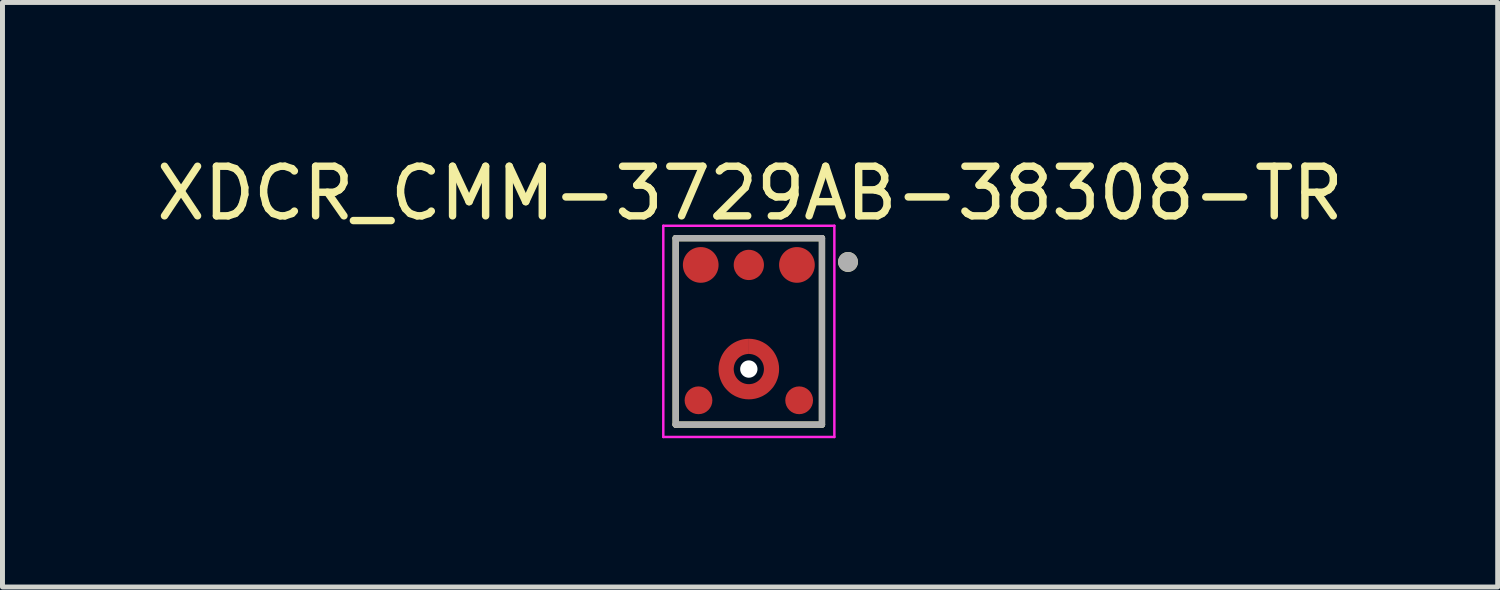
<source format=kicad_pcb>
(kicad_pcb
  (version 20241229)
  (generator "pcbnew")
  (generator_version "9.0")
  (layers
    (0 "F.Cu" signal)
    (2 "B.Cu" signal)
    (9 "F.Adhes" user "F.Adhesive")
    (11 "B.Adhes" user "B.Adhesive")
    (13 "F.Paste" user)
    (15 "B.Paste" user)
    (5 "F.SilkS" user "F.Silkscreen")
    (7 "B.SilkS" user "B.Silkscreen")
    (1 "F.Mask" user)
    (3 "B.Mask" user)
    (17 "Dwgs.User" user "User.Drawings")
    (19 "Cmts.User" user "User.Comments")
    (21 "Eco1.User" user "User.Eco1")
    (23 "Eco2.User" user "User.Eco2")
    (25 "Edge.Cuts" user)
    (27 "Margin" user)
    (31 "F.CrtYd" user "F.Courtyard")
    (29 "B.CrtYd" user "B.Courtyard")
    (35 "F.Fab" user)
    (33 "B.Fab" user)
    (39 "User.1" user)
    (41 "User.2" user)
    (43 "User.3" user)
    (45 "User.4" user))
  (footprint "XDCR_CMM-3729AB-38308-TR"
    (layer "F.Cu")
    (at 12.052 3.633)
    (property "Reference" "XDCR_CMM-3729AB-38308-TR" (at 0.025 -2.785 0) (layer "F.SilkS") (effects (font (size 1 1) (thickness 0.15))))
    (attr smd)
    (fp_circle (center 0 0.76) (end 0.458 0.76) (stroke (width 0.4) (type solid)) (fill no) (layer "F.Mask"))
    (fp_line (start -1.475 -1.88) (end 1.475 -1.88) (stroke (width 0.127) (type solid)) (layer "F.SilkS"))
    (fp_line (start -1.475 1.88) (end -1.475 -1.88) (stroke (width 0.127) (type solid)) (layer "F.SilkS"))
    (fp_line (start 1.475 -1.88) (end 1.475 1.88) (stroke (width 0.127) (type solid)) (layer "F.SilkS"))
    (fp_line (start 1.475 1.88) (end -1.475 1.88) (stroke (width 0.127) (type solid)) (layer "F.SilkS"))
    (fp_circle (center 2 -1.4) (end 2.1 -1.4) (stroke (width 0.2) (type solid)) (fill no) (layer "F.SilkS"))
    (fp_poly (pts (xy -0.481 1.134) (xy -0.262 0.916) (xy -0.266 0.908) (xy -0.271 0.899) (xy -0.277 0.889) (xy -0.281 0.879) (xy -0.286 0.869) (xy -0.29 0.859) (xy -0.293 0.849) (xy -0.296 0.838) (xy -0.299 0.828) (xy -0.301 0.817) (xy -0.303 0.806) (xy -0.305 0.795) (xy -0.306 0.784) (xy -0.307 0.773) (xy -0.307 0.763) (xy -0.307 0.752) (xy -0.306 0.741) (xy -0.305 0.73) (xy -0.304 0.719) (xy -0.302 0.708) (xy -0.3 0.697) (xy -0.298 0.687) (xy -0.295 0.676) (xy -0.291 0.666) (xy -0.287 0.655) (xy -0.283 0.645) (xy -0.279 0.635) (xy -0.274 0.626) (xy -0.269 0.616) (xy -0.262 0.604) (xy -0.481 0.386) (xy -0.499 0.411) (xy -0.514 0.433) (xy -0.527 0.456) (xy -0.54 0.479) (xy -0.552 0.503) (xy -0.562 0.528) (xy -0.572 0.552) (xy -0.58 0.577) (xy -0.587 0.603) (xy -0.593 0.629) (xy -0.599 0.655) (xy -0.603 0.681) (xy -0.605 0.707) (xy -0.607 0.734) (xy -0.608 0.76) (xy -0.607 0.786) (xy -0.605 0.813) (xy -0.603 0.839) (xy -0.599 0.865) (xy -0.593 0.891) (xy -0.587 0.917) (xy -0.58 0.943) (xy -0.572 0.968) (xy -0.562 0.992) (xy -0.552 1.017) (xy -0.54 1.041) (xy -0.527 1.064) (xy -0.514 1.087) (xy -0.499 1.109) (xy -0.481 1.134) (xy -0.481 1.134)) (stroke (width 0.001) (type solid)) (fill yes) (layer "F.Paste"))
    (fp_poly (pts (xy -0.374 0.279) (xy -0.156 0.498) (xy -0.148 0.494) (xy -0.139 0.489) (xy -0.129 0.483) (xy -0.119 0.479) (xy -0.109 0.474) (xy -0.099 0.47) (xy -0.089 0.467) (xy -0.078 0.464) (xy -0.068 0.461) (xy -0.057 0.459) (xy -0.046 0.457) (xy -0.035 0.455) (xy -0.024 0.454) (xy -0.013 0.453) (xy -0.003 0.453) (xy 0.008 0.453) (xy 0.019 0.454) (xy 0.03 0.455) (xy 0.041 0.456) (xy 0.052 0.458) (xy 0.063 0.46) (xy 0.073 0.462) (xy 0.084 0.465) (xy 0.094 0.469) (xy 0.105 0.473) (xy 0.115 0.477) (xy 0.125 0.481) (xy 0.134 0.486) (xy 0.144 0.491) (xy 0.156 0.498) (xy 0.374 0.279) (xy 0.348 0.261) (xy 0.326 0.246) (xy 0.303 0.232) (xy 0.279 0.219) (xy 0.255 0.208) (xy 0.23 0.197) (xy 0.205 0.188) (xy 0.18 0.179) (xy 0.154 0.172) (xy 0.128 0.166) (xy 0.102 0.161) (xy 0.075 0.157) (xy 0.048 0.154) (xy 0.021 0.153) (xy -0.005 0.152) (xy -0.032 0.153) (xy -0.059 0.155) (xy -0.086 0.158) (xy -0.112 0.163) (xy -0.138 0.168) (xy -0.164 0.175) (xy -0.19 0.182) (xy -0.215 0.191) (xy -0.24 0.201) (xy -0.265 0.212) (xy -0.289 0.224) (xy -0.312 0.237) (xy -0.335 0.252) (xy -0.357 0.267) (xy -0.374 0.279) (xy -0.374 0.279)) (stroke (width 0.001) (type solid)) (fill yes) (layer "F.Paste"))
    (fp_poly (pts (xy 0.374 1.241) (xy 0.156 1.022) (xy 0.144 1.029) (xy 0.134 1.034) (xy 0.125 1.039) (xy 0.115 1.043) (xy 0.105 1.047) (xy 0.094 1.051) (xy 0.084 1.055) (xy 0.073 1.058) (xy 0.063 1.06) (xy 0.052 1.062) (xy 0.041 1.064) (xy 0.03 1.065) (xy 0.019 1.066) (xy 0.008 1.067) (xy -0.003 1.067) (xy -0.013 1.067) (xy -0.024 1.066) (xy -0.035 1.065) (xy -0.046 1.063) (xy -0.057 1.061) (xy -0.068 1.059) (xy -0.078 1.056) (xy -0.089 1.053) (xy -0.099 1.05) (xy -0.109 1.046) (xy -0.119 1.041) (xy -0.129 1.037) (xy -0.139 1.031) (xy -0.148 1.026) (xy -0.156 1.022) (xy -0.374 1.241) (xy -0.357 1.253) (xy -0.335 1.268) (xy -0.312 1.283) (xy -0.289 1.296) (xy -0.265 1.308) (xy -0.24 1.319) (xy -0.215 1.329) (xy -0.19 1.338) (xy -0.164 1.345) (xy -0.138 1.352) (xy -0.112 1.357) (xy -0.086 1.362) (xy -0.059 1.365) (xy -0.032 1.367) (xy -0.005 1.368) (xy 0.021 1.367) (xy 0.048 1.366) (xy 0.075 1.363) (xy 0.102 1.359) (xy 0.128 1.354) (xy 0.154 1.348) (xy 0.18 1.341) (xy 0.205 1.332) (xy 0.23 1.323) (xy 0.255 1.312) (xy 0.279 1.301) (xy 0.303 1.288) (xy 0.326 1.274) (xy 0.348 1.259) (xy 0.374 1.241) (xy 0.374 1.241)) (stroke (width 0.001) (type solid)) (fill yes) (layer "F.Paste"))
    (fp_poly (pts (xy 0.481 0.386) (xy 0.262 0.604) (xy 0.266 0.612) (xy 0.272 0.621) (xy 0.277 0.631) (xy 0.282 0.641) (xy 0.286 0.652) (xy 0.29 0.662) (xy 0.293 0.672) (xy 0.297 0.683) (xy 0.299 0.694) (xy 0.302 0.705) (xy 0.304 0.716) (xy 0.305 0.727) (xy 0.306 0.738) (xy 0.307 0.749) (xy 0.307 0.76) (xy 0.307 0.771) (xy 0.306 0.782) (xy 0.305 0.793) (xy 0.304 0.804) (xy 0.302 0.815) (xy 0.299 0.826) (xy 0.297 0.837) (xy 0.293 0.848) (xy 0.29 0.858) (xy 0.286 0.868) (xy 0.282 0.879) (xy 0.277 0.889) (xy 0.272 0.899) (xy 0.266 0.908) (xy 0.262 0.916) (xy 0.481 1.134) (xy 0.494 1.117) (xy 0.509 1.094) (xy 0.523 1.071) (xy 0.536 1.048) (xy 0.548 1.023) (xy 0.56 0.998) (xy 0.57 0.973) (xy 0.578 0.947) (xy 0.586 0.921) (xy 0.593 0.895) (xy 0.598 0.868) (xy 0.602 0.841) (xy 0.605 0.814) (xy 0.607 0.787) (xy 0.608 0.76) (xy 0.607 0.733) (xy 0.605 0.706) (xy 0.602 0.679) (xy 0.598 0.652) (xy 0.593 0.625) (xy 0.586 0.599) (xy 0.578 0.573) (xy 0.57 0.547) (xy 0.56 0.522) (xy 0.548 0.497) (xy 0.536 0.472) (xy 0.523 0.449) (xy 0.509 0.426) (xy 0.494 0.403) (xy 0.481 0.386) (xy 0.481 0.386)) (stroke (width 0.001) (type solid)) (fill yes) (layer "F.Paste"))
    (fp_line (start -1.725 -2.13) (end 1.725 -2.13) (stroke (width 0.05) (type solid)) (layer "F.CrtYd"))
    (fp_line (start -1.725 2.13) (end -1.725 -2.13) (stroke (width 0.05) (type solid)) (layer "F.CrtYd"))
    (fp_line (start 1.725 -2.13) (end 1.725 2.13) (stroke (width 0.05) (type solid)) (layer "F.CrtYd"))
    (fp_line (start 1.725 2.13) (end -1.725 2.13) (stroke (width 0.05) (type solid)) (layer "F.CrtYd"))
    (fp_line (start -1.475 -1.88) (end 1.475 -1.88) (stroke (width 0.127) (type solid)) (layer "F.Fab"))
    (fp_line (start -1.475 1.88) (end -1.475 -1.88) (stroke (width 0.127) (type solid)) (layer "F.Fab"))
    (fp_line (start 1.475 -1.88) (end 1.475 1.88) (stroke (width 0.127) (type solid)) (layer "F.Fab"))
    (fp_line (start 1.475 1.88) (end -1.475 1.88) (stroke (width 0.127) (type solid)) (layer "F.Fab"))
    (fp_circle (center 2 -1.4) (end 2.1 -1.4) (stroke (width 0.2) (type solid)) (fill no) (layer "F.Fab"))
    (pad "" np_thru_hole circle (at 0 0.76) (size 0.35 0.35) (drill 0.35) (layers "*.Cu" "*.Mask"))
    (pad "1" smd circle (at 0.97 -1.34) (size 0.72 0.72) (layers "F.Cu" "F.Mask" "F.Paste"))
    (pad "2" smd circle (at 1.015 1.39) (size 0.56 0.56) (layers "F.Cu" "F.Mask" "F.Paste"))
    (pad "3" smd circle (at -1.015 1.39) (size 0.56 0.56) (layers "F.Cu" "F.Mask" "F.Paste"))
    (pad "4" smd circle (at -0.97 -1.34) (size 0.72 0.72) (layers "F.Cu" "F.Mask" "F.Paste"))
    (pad "5" smd circle (at 0 -1.34) (size 0.61 0.61) (layers "F.Cu" "F.Mask" "F.Paste"))
    (pad "6" smd custom (at -0.45 0.75) (size 0.2 0.2) (layers "F.Cu") (options (anchor rect)) (primitives (gr_poly (pts (xy 0.451 -0.6) (xy 0.482 -0.599) (xy 0.514 -0.597) (xy 0.546 -0.592) (xy 0.577 -0.587) (xy 0.608 -0.579) (xy 0.639 -0.57) (xy 0.669 -0.56) (xy 0.698 -0.547) (xy 0.727 -0.534) (xy 0.755 -0.518) (xy 0.782 -0.502) (xy 0.809 -0.484) (xy 0.834 -0.464) (xy 0.858 -0.443) (xy 0.881 -0.421) (xy 0.903 -0.398) (xy 0.924 -0.374) (xy 0.944 -0.349) (xy 0.962 -0.322) (xy 0.978 -0.295) (xy 0.994 -0.267) (xy 1.007 -0.238) (xy 1.02 -0.209) (xy 1.03 -0.179) (xy 1.039 -0.148) (xy 1.047 -0.117) (xy 1.052 -0.086) (xy 1.057 -0.054) (xy 1.059 -0.022) (xy 1.06 0.01) (xy 1.059 0.042) (xy 1.057 0.074) (xy 1.052 0.105) (xy 1.047 0.137) (xy 1.039 0.168) (xy 1.03 0.199) (xy 1.019 0.229) (xy 1.007 0.258) (xy 0.994 0.287) (xy 0.978 0.315) (xy 0.962 0.342) (xy 0.944 0.369) (xy 0.924 0.394) (xy 0.903 0.418) (xy 0.881 0.441) (xy 0.858 0.463) (xy 0.834 0.484) (xy 0.809 0.504) (xy 0.782 0.522) (xy 0.755 0.538) (xy 0.727 0.554) (xy 0.698 0.567) (xy 0.669 0.579) (xy 0.639 0.59) (xy 0.608 0.599) (xy 0.577 0.607) (xy 0.545 0.612) (xy 0.514 0.617) (xy 0.482 0.619) (xy 0.45 0.62) (xy 0.418 0.619) (xy 0.386 0.617) (xy 0.355 0.612) (xy 0.323 0.607) (xy 0.292 0.599) (xy 0.261 0.59) (xy 0.231 0.579) (xy 0.202 0.567) (xy 0.173 0.554) (xy 0.145 0.538) (xy 0.118 0.522) (xy 0.091 0.504) (xy 0.066 0.484) (xy 0.042 0.463) (xy 0.019 0.441) (xy -0.003 0.418) (xy -0.024 0.394) (xy -0.044 0.369) (xy -0.062 0.342) (xy -0.078 0.315) (xy -0.094 0.287) (xy -0.107 0.258) (xy -0.119 0.229) (xy -0.13 0.199) (xy -0.139 0.168) (xy -0.147 0.137) (xy -0.152 0.105) (xy -0.157 0.074) (xy -0.159 0.042) (xy -0.16 0.01) (xy -0.159 -0.018) (xy -0.157 -0.05) (xy -0.152 -0.082) (xy -0.147 -0.114) (xy -0.139 -0.145) (xy -0.13 -0.176) (xy -0.119 -0.206) (xy -0.107 -0.236) (xy -0.093 -0.265) (xy -0.078 -0.293) (xy -0.061 -0.32) (xy -0.043 -0.347) (xy -0.023 -0.372) (xy -0.002 -0.397) (xy 0.02 -0.42) (xy 0.043 -0.442) (xy 0.068 -0.463) (xy 0.093 -0.483) (xy 0.12 -0.501) (xy 0.147 -0.518) (xy 0.175 -0.533) (xy 0.204 -0.547) (xy 0.234 -0.559) (xy 0.264 -0.57) (xy 0.295 -0.579) (xy 0.326 -0.587) (xy 0.358 -0.592) (xy 0.39 -0.597) (xy 0.422 -0.599) (xy 0.449 -0.6) (xy 0.449 -0.295) (xy 0.434 -0.295) (xy 0.418 -0.293) (xy 0.402 -0.291) (xy 0.386 -0.288) (xy 0.371 -0.285) (xy 0.356 -0.28) (xy 0.341 -0.275) (xy 0.326 -0.269) (xy 0.311 -0.262) (xy 0.297 -0.254) (xy 0.284 -0.246) (xy 0.271 -0.237) (xy 0.258 -0.227) (xy 0.246 -0.217) (xy 0.234 -0.206) (xy 0.223 -0.194) (xy 0.213 -0.182) (xy 0.203 -0.169) (xy 0.194 -0.156) (xy 0.186 -0.143) (xy 0.178 -0.129) (xy 0.171 -0.114) (xy 0.165 -0.099) (xy 0.16 -0.084) (xy 0.155 -0.069) (xy 0.152 -0.054) (xy 0.149 -0.038) (xy 0.147 -0.022) (xy 0.145 -0.006) (xy 0.145 0.01) (xy 0.145 0.026) (xy 0.147 0.042) (xy 0.149 0.058) (xy 0.152 0.073) (xy 0.155 0.089) (xy 0.16 0.104) (xy 0.165 0.119) (xy 0.171 0.134) (xy 0.178 0.148) (xy 0.186 0.163) (xy 0.194 0.176) (xy 0.203 0.189) (xy 0.213 0.202) (xy 0.223 0.214) (xy 0.234 0.226) (xy 0.246 0.237) (xy 0.258 0.247) (xy 0.271 0.257) (xy 0.284 0.266) (xy 0.297 0.274) (xy 0.312 0.282) (xy 0.326 0.289) (xy 0.341 0.295) (xy 0.356 0.3) (xy 0.371 0.305) (xy 0.387 0.308) (xy 0.402 0.311) (xy 0.418 0.313) (xy 0.434 0.315) (xy 0.45 0.315) (xy 0.466 0.315) (xy 0.482 0.313) (xy 0.498 0.311) (xy 0.513 0.308) (xy 0.529 0.305) (xy 0.544 0.3) (xy 0.559 0.295) (xy 0.574 0.289) (xy 0.588 0.282) (xy 0.603 0.274) (xy 0.616 0.266) (xy 0.629 0.257) (xy 0.642 0.247) (xy 0.654 0.237) (xy 0.666 0.226) (xy 0.677 0.214) (xy 0.687 0.202) (xy 0.697 0.189) (xy 0.706 0.176) (xy 0.714 0.162) (xy 0.722 0.148) (xy 0.729 0.134) (xy 0.735 0.119) (xy 0.74 0.104) (xy 0.745 0.089) (xy 0.748 0.073) (xy 0.751 0.058) (xy 0.753 0.042) (xy 0.755 0.026) (xy 0.755 0.01) (xy 0.755 -0.006) (xy 0.753 -0.022) (xy 0.751 -0.038) (xy 0.748 -0.054) (xy 0.745 -0.069) (xy 0.74 -0.084) (xy 0.735 -0.099) (xy 0.729 -0.114) (xy 0.722 -0.129) (xy 0.714 -0.143) (xy 0.706 -0.156) (xy 0.697 -0.169) (xy 0.687 -0.182) (xy 0.677 -0.194) (xy 0.666 -0.206) (xy 0.654 -0.217) (xy 0.642 -0.227) (xy 0.629 -0.237) (xy 0.616 -0.246) (xy 0.603 -0.254) (xy 0.589 -0.262) (xy 0.574 -0.269) (xy 0.559 -0.275) (xy 0.544 -0.28) (xy 0.529 -0.285) (xy 0.514 -0.288) (xy 0.498 -0.291) (xy 0.482 -0.293) (xy 0.466 -0.295) (xy 0.451 -0.295) (xy 0.451 -0.6) (xy 0.451 -0.6)) (width 0.001) (fill yes)))))
  (gr_rect
    (start -3 -3)
    (end 27.155 8.788)
    (stroke (width 0.1) (type default))
    (fill no)
    (layer "Edge.Cuts")))
</source>
